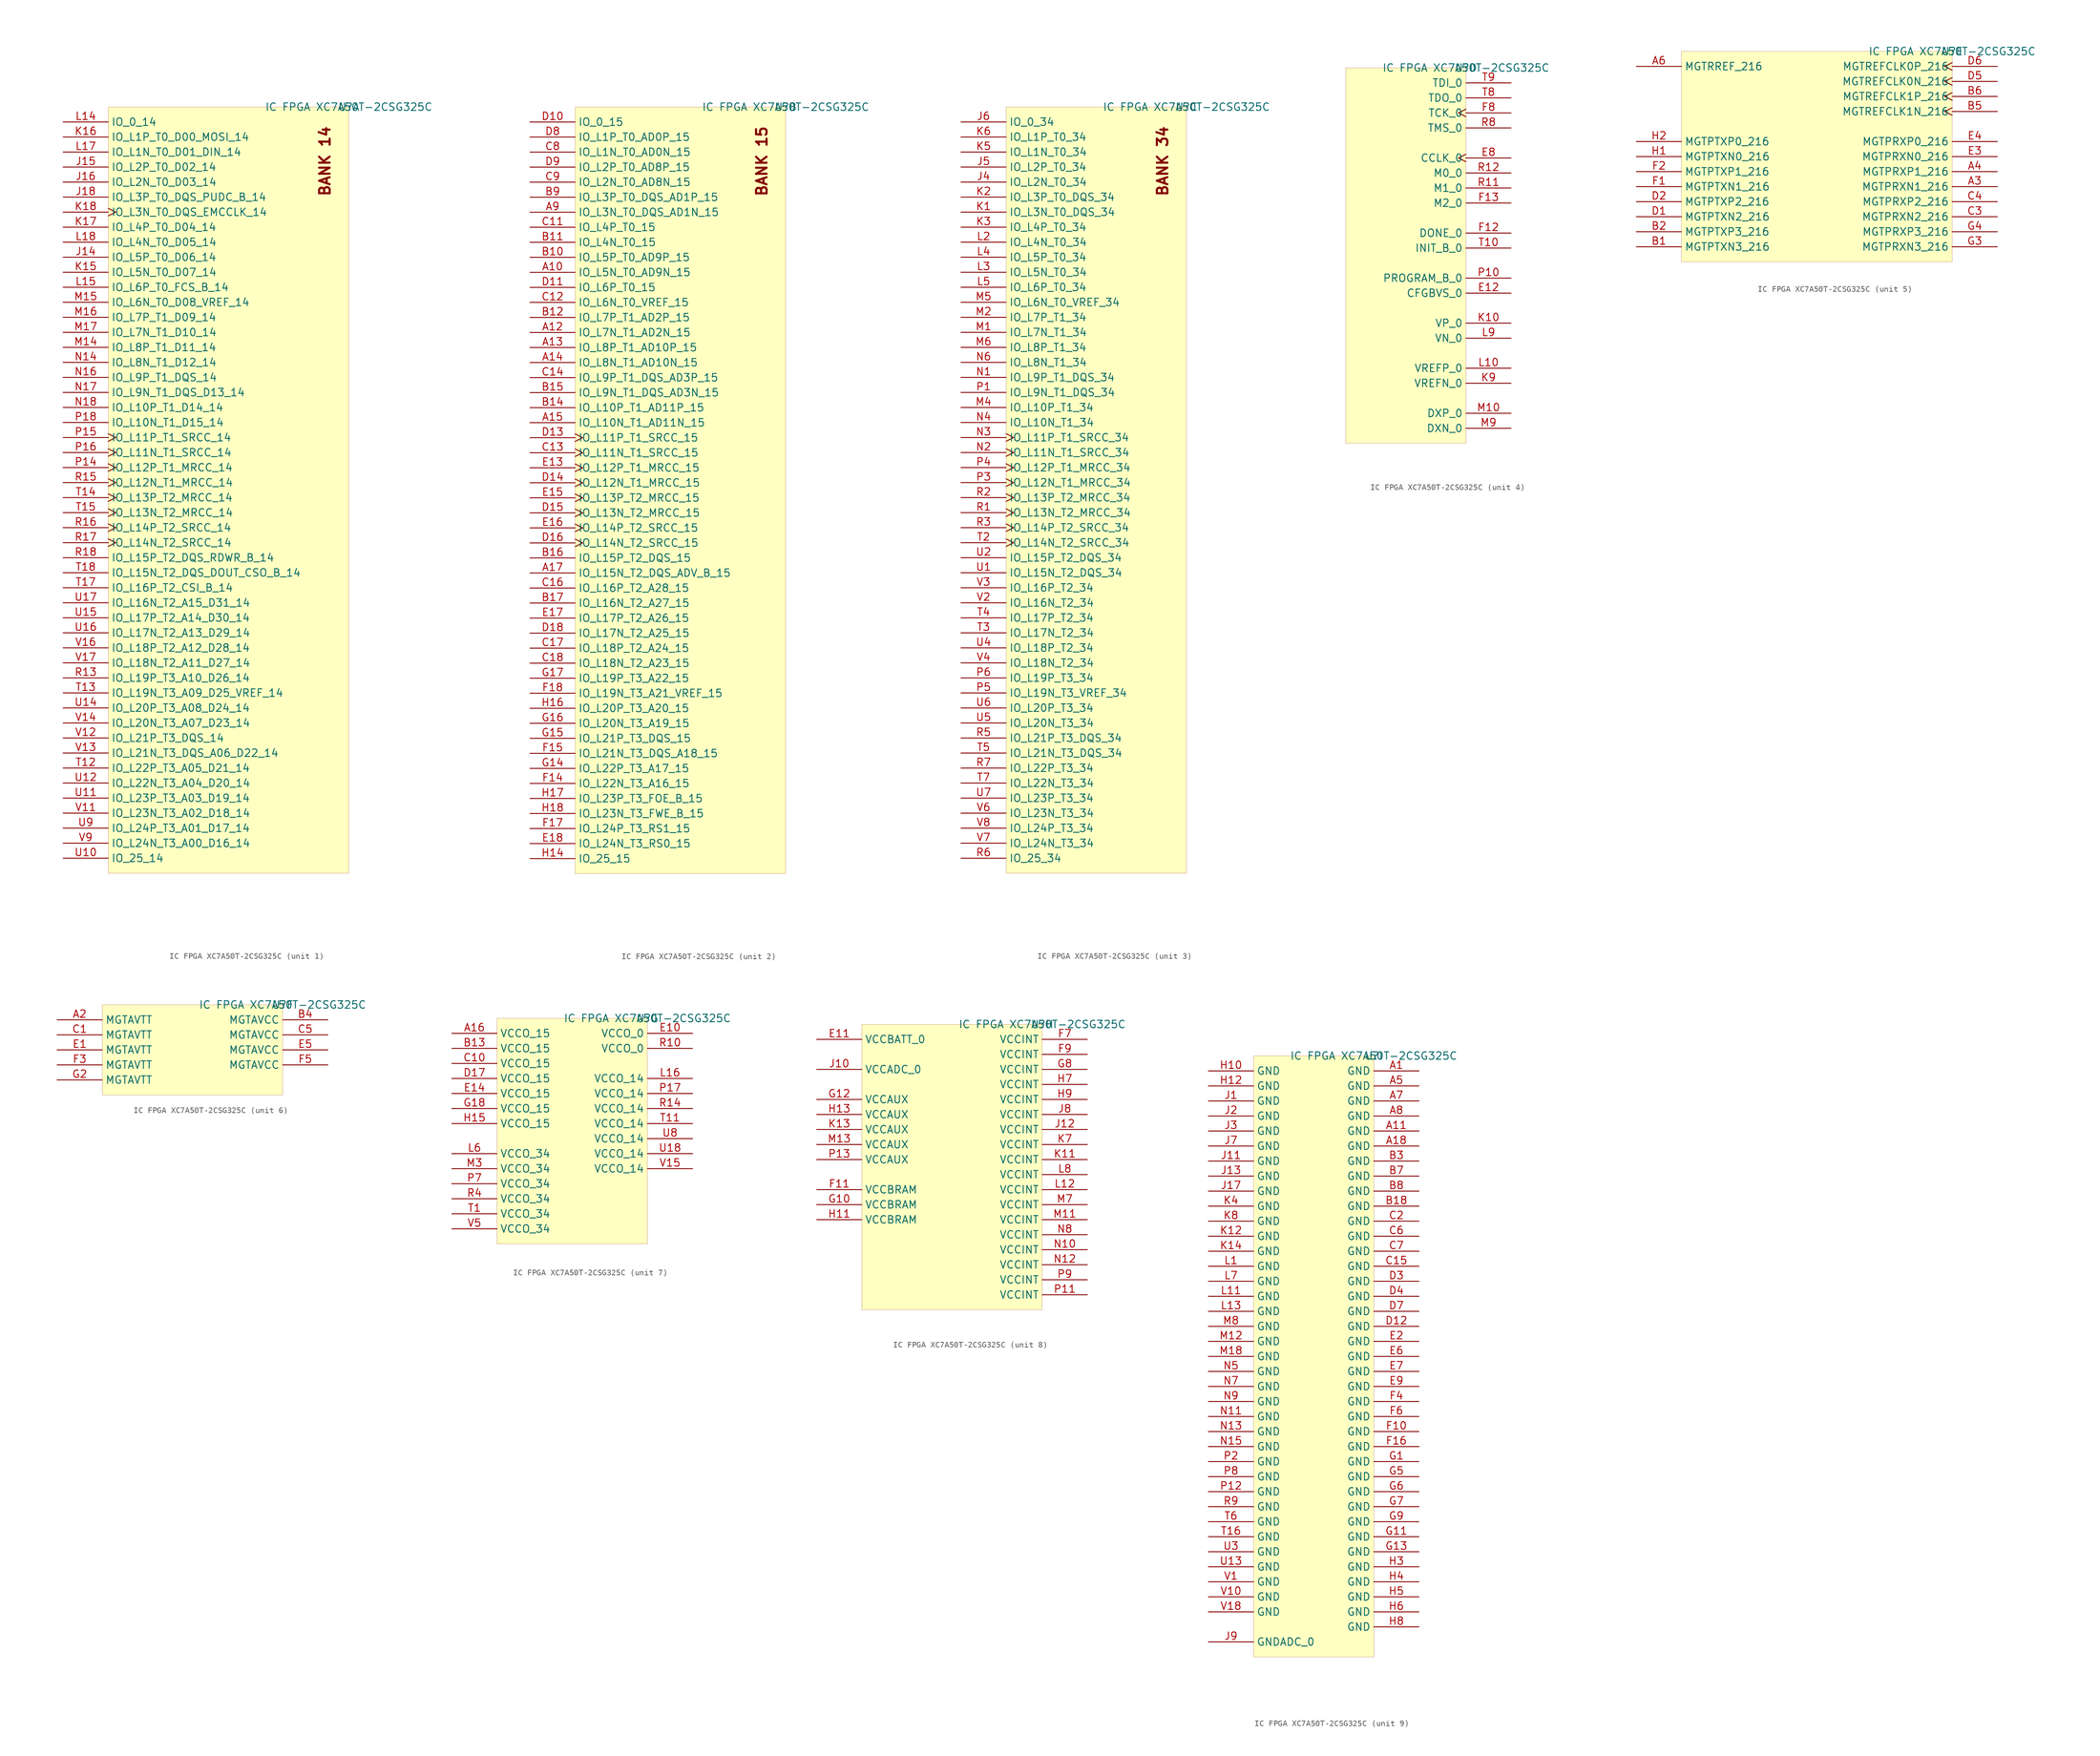
<source format=kicad_sym>
(kicad_symbol_lib
  (version 20241209)
  (generator "kicad_symbol_editor")
  (generator_version "8.99")
  (symbol "IC FPGA XC7A50T-2CSG325C"
    (property "Reference" "U"
      (at 0 0 0)
      (effects (font (size 1.27 1.27))))
    (property "Value" "IC FPGA XC7A50T-2CSG325C"
      (at 0 0 0)
      (effects (font (size 1.27 1.27))))
    (symbol "IC FPGA XC7A50T-2CSG325C_1_0"
      (rectangle (start 0 0) (end -40.64 -129.54) (stroke (width 0.025) (type solid) (color 128 0 0 1)) (fill (type background)))
      (text "BANK 14" (at -5.08 -15.24 900) (effects (font (size 1.778 1.778) (thickness 0.356) (bold yes)) (justify left top)))
      (pin bidirectional line (at -48.26 -2.54 0) (length 7.62) (name "IO_0_14" (effects (font (size 1.27 1.27)))) (number "L14" (effects (font (size 1.27 1.27)))))
      (pin bidirectional line (at -48.26 -5.08 0) (length 7.62) (name "IO_L1P_T0_D00_MOSI_14" (effects (font (size 1.27 1.27)))) (number "K16" (effects (font (size 1.27 1.27)))))
      (pin bidirectional line (at -48.26 -7.62 0) (length 7.62) (name "IO_L1N_T0_D01_DIN_14" (effects (font (size 1.27 1.27)))) (number "L17" (effects (font (size 1.27 1.27)))))
      (pin bidirectional line (at -48.26 -10.16 0) (length 7.62) (name "IO_L2P_T0_D02_14" (effects (font (size 1.27 1.27)))) (number "J15" (effects (font (size 1.27 1.27)))))
      (pin bidirectional line (at -48.26 -12.7 0) (length 7.62) (name "IO_L2N_T0_D03_14" (effects (font (size 1.27 1.27)))) (number "J16" (effects (font (size 1.27 1.27)))))
      (pin bidirectional line (at -48.26 -15.24 0) (length 7.62) (name "IO_L3P_T0_DQS_PUDC_B_14" (effects (font (size 1.27 1.27)))) (number "J18" (effects (font (size 1.27 1.27)))))
      (pin bidirectional clock (at -48.26 -17.78 0) (length 7.62) (name "IO_L3N_T0_DQS_EMCCLK_14" (effects (font (size 1.27 1.27)))) (number "K18" (effects (font (size 1.27 1.27)))))
      (pin bidirectional line (at -48.26 -20.32 0) (length 7.62) (name "IO_L4P_T0_D04_14" (effects (font (size 1.27 1.27)))) (number "K17" (effects (font (size 1.27 1.27)))))
      (pin bidirectional line (at -48.26 -22.86 0) (length 7.62) (name "IO_L4N_T0_D05_14" (effects (font (size 1.27 1.27)))) (number "L18" (effects (font (size 1.27 1.27)))))
      (pin bidirectional line (at -48.26 -25.4 0) (length 7.62) (name "IO_L5P_T0_D06_14" (effects (font (size 1.27 1.27)))) (number "J14" (effects (font (size 1.27 1.27)))))
      (pin bidirectional line (at -48.26 -27.94 0) (length 7.62) (name "IO_L5N_T0_D07_14" (effects (font (size 1.27 1.27)))) (number "K15" (effects (font (size 1.27 1.27)))))
      (pin bidirectional line (at -48.26 -30.48 0) (length 7.62) (name "IO_L6P_T0_FCS_B_14" (effects (font (size 1.27 1.27)))) (number "L15" (effects (font (size 1.27 1.27)))))
      (pin bidirectional line (at -48.26 -33.02 0) (length 7.62) (name "IO_L6N_T0_D08_VREF_14" (effects (font (size 1.27 1.27)))) (number "M15" (effects (font (size 1.27 1.27)))))
      (pin bidirectional line (at -48.26 -35.56 0) (length 7.62) (name "IO_L7P_T1_D09_14" (effects (font (size 1.27 1.27)))) (number "M16" (effects (font (size 1.27 1.27)))))
      (pin bidirectional line (at -48.26 -38.1 0) (length 7.62) (name "IO_L7N_T1_D10_14" (effects (font (size 1.27 1.27)))) (number "M17" (effects (font (size 1.27 1.27)))))
      (pin bidirectional line (at -48.26 -40.64 0) (length 7.62) (name "IO_L8P_T1_D11_14" (effects (font (size 1.27 1.27)))) (number "M14" (effects (font (size 1.27 1.27)))))
      (pin bidirectional line (at -48.26 -43.18 0) (length 7.62) (name "IO_L8N_T1_D12_14" (effects (font (size 1.27 1.27)))) (number "N14" (effects (font (size 1.27 1.27)))))
      (pin bidirectional line (at -48.26 -45.72 0) (length 7.62) (name "IO_L9P_T1_DQS_14" (effects (font (size 1.27 1.27)))) (number "N16" (effects (font (size 1.27 1.27)))))
      (pin bidirectional line (at -48.26 -48.26 0) (length 7.62) (name "IO_L9N_T1_DQS_D13_14" (effects (font (size 1.27 1.27)))) (number "N17" (effects (font (size 1.27 1.27)))))
      (pin bidirectional line (at -48.26 -50.8 0) (length 7.62) (name "IO_L10P_T1_D14_14" (effects (font (size 1.27 1.27)))) (number "N18" (effects (font (size 1.27 1.27)))))
      (pin bidirectional line (at -48.26 -53.34 0) (length 7.62) (name "IO_L10N_T1_D15_14" (effects (font (size 1.27 1.27)))) (number "P18" (effects (font (size 1.27 1.27)))))
      (pin bidirectional clock (at -48.26 -55.88 0) (length 7.62) (name "IO_L11P_T1_SRCC_14" (effects (font (size 1.27 1.27)))) (number "P15" (effects (font (size 1.27 1.27)))))
      (pin bidirectional clock (at -48.26 -58.42 0) (length 7.62) (name "IO_L11N_T1_SRCC_14" (effects (font (size 1.27 1.27)))) (number "P16" (effects (font (size 1.27 1.27)))))
      (pin bidirectional clock (at -48.26 -60.96 0) (length 7.62) (name "IO_L12P_T1_MRCC_14" (effects (font (size 1.27 1.27)))) (number "P14" (effects (font (size 1.27 1.27)))))
      (pin bidirectional clock (at -48.26 -63.5 0) (length 7.62) (name "IO_L12N_T1_MRCC_14" (effects (font (size 1.27 1.27)))) (number "R15" (effects (font (size 1.27 1.27)))))
      (pin bidirectional clock (at -48.26 -66.04 0) (length 7.62) (name "IO_L13P_T2_MRCC_14" (effects (font (size 1.27 1.27)))) (number "T14" (effects (font (size 1.27 1.27)))))
      (pin bidirectional clock (at -48.26 -68.58 0) (length 7.62) (name "IO_L13N_T2_MRCC_14" (effects (font (size 1.27 1.27)))) (number "T15" (effects (font (size 1.27 1.27)))))
      (pin bidirectional clock (at -48.26 -71.12 0) (length 7.62) (name "IO_L14P_T2_SRCC_14" (effects (font (size 1.27 1.27)))) (number "R16" (effects (font (size 1.27 1.27)))))
      (pin bidirectional clock (at -48.26 -73.66 0) (length 7.62) (name "IO_L14N_T2_SRCC_14" (effects (font (size 1.27 1.27)))) (number "R17" (effects (font (size 1.27 1.27)))))
      (pin bidirectional line (at -48.26 -76.2 0) (length 7.62) (name "IO_L15P_T2_DQS_RDWR_B_14" (effects (font (size 1.27 1.27)))) (number "R18" (effects (font (size 1.27 1.27)))))
      (pin bidirectional line (at -48.26 -78.74 0) (length 7.62) (name "IO_L15N_T2_DQS_DOUT_CSO_B_14" (effects (font (size 1.27 1.27)))) (number "T18" (effects (font (size 1.27 1.27)))))
      (pin bidirectional line (at -48.26 -81.28 0) (length 7.62) (name "IO_L16P_T2_CSI_B_14" (effects (font (size 1.27 1.27)))) (number "T17" (effects (font (size 1.27 1.27)))))
      (pin bidirectional line (at -48.26 -83.82 0) (length 7.62) (name "IO_L16N_T2_A15_D31_14" (effects (font (size 1.27 1.27)))) (number "U17" (effects (font (size 1.27 1.27)))))
      (pin bidirectional line (at -48.26 -86.36 0) (length 7.62) (name "IO_L17P_T2_A14_D30_14" (effects (font (size 1.27 1.27)))) (number "U15" (effects (font (size 1.27 1.27)))))
      (pin bidirectional line (at -48.26 -88.9 0) (length 7.62) (name "IO_L17N_T2_A13_D29_14" (effects (font (size 1.27 1.27)))) (number "U16" (effects (font (size 1.27 1.27)))))
      (pin bidirectional line (at -48.26 -91.44 0) (length 7.62) (name "IO_L18P_T2_A12_D28_14" (effects (font (size 1.27 1.27)))) (number "V16" (effects (font (size 1.27 1.27)))))
      (pin bidirectional line (at -48.26 -93.98 0) (length 7.62) (name "IO_L18N_T2_A11_D27_14" (effects (font (size 1.27 1.27)))) (number "V17" (effects (font (size 1.27 1.27)))))
      (pin bidirectional line (at -48.26 -96.52 0) (length 7.62) (name "IO_L19P_T3_A10_D26_14" (effects (font (size 1.27 1.27)))) (number "R13" (effects (font (size 1.27 1.27)))))
      (pin bidirectional line (at -48.26 -99.06 0) (length 7.62) (name "IO_L19N_T3_A09_D25_VREF_14" (effects (font (size 1.27 1.27)))) (number "T13" (effects (font (size 1.27 1.27)))))
      (pin bidirectional line (at -48.26 -101.6 0) (length 7.62) (name "IO_L20P_T3_A08_D24_14" (effects (font (size 1.27 1.27)))) (number "U14" (effects (font (size 1.27 1.27)))))
      (pin bidirectional line (at -48.26 -104.14 0) (length 7.62) (name "IO_L20N_T3_A07_D23_14" (effects (font (size 1.27 1.27)))) (number "V14" (effects (font (size 1.27 1.27)))))
      (pin bidirectional line (at -48.26 -106.68 0) (length 7.62) (name "IO_L21P_T3_DQS_14" (effects (font (size 1.27 1.27)))) (number "V12" (effects (font (size 1.27 1.27)))))
      (pin bidirectional line (at -48.26 -109.22 0) (length 7.62) (name "IO_L21N_T3_DQS_A06_D22_14" (effects (font (size 1.27 1.27)))) (number "V13" (effects (font (size 1.27 1.27)))))
      (pin bidirectional line (at -48.26 -111.76 0) (length 7.62) (name "IO_L22P_T3_A05_D21_14" (effects (font (size 1.27 1.27)))) (number "T12" (effects (font (size 1.27 1.27)))))
      (pin bidirectional line (at -48.26 -114.3 0) (length 7.62) (name "IO_L22N_T3_A04_D20_14" (effects (font (size 1.27 1.27)))) (number "U12" (effects (font (size 1.27 1.27)))))
      (pin bidirectional line (at -48.26 -116.84 0) (length 7.62) (name "IO_L23P_T3_A03_D19_14" (effects (font (size 1.27 1.27)))) (number "U11" (effects (font (size 1.27 1.27)))))
      (pin bidirectional line (at -48.26 -119.38 0) (length 7.62) (name "IO_L23N_T3_A02_D18_14" (effects (font (size 1.27 1.27)))) (number "V11" (effects (font (size 1.27 1.27)))))
      (pin bidirectional line (at -48.26 -121.92 0) (length 7.62) (name "IO_L24P_T3_A01_D17_14" (effects (font (size 1.27 1.27)))) (number "U9" (effects (font (size 1.27 1.27)))))
      (pin bidirectional line (at -48.26 -124.46 0) (length 7.62) (name "IO_L24N_T3_A00_D16_14" (effects (font (size 1.27 1.27)))) (number "V9" (effects (font (size 1.27 1.27)))))
      (pin bidirectional line (at -48.26 -127 0) (length 7.62) (name "IO_25_14" (effects (font (size 1.27 1.27)))) (number "U10" (effects (font (size 1.27 1.27))))))
    (symbol "IC FPGA XC7A50T-2CSG325C_2_0"
      (rectangle (start 0 0) (end -35.56 -129.54) (stroke (width 0.025) (type solid) (color 128 0 0 1)) (fill (type background)))
      (text "BANK 15" (at -5.08 -15.24 900) (effects (font (size 1.778 1.778) (thickness 0.356) (bold yes)) (justify left top)))
      (pin bidirectional line (at -43.18 -2.54 0) (length 7.62) (name "IO_0_15" (effects (font (size 1.27 1.27)))) (number "D10" (effects (font (size 1.27 1.27)))))
      (pin bidirectional line (at -43.18 -5.08 0) (length 7.62) (name "IO_L1P_T0_AD0P_15" (effects (font (size 1.27 1.27)))) (number "D8" (effects (font (size 1.27 1.27)))))
      (pin bidirectional line (at -43.18 -7.62 0) (length 7.62) (name "IO_L1N_T0_AD0N_15" (effects (font (size 1.27 1.27)))) (number "C8" (effects (font (size 1.27 1.27)))))
      (pin bidirectional line (at -43.18 -10.16 0) (length 7.62) (name "IO_L2P_T0_AD8P_15" (effects (font (size 1.27 1.27)))) (number "D9" (effects (font (size 1.27 1.27)))))
      (pin bidirectional line (at -43.18 -12.7 0) (length 7.62) (name "IO_L2N_T0_AD8N_15" (effects (font (size 1.27 1.27)))) (number "C9" (effects (font (size 1.27 1.27)))))
      (pin bidirectional line (at -43.18 -15.24 0) (length 7.62) (name "IO_L3P_T0_DQS_AD1P_15" (effects (font (size 1.27 1.27)))) (number "B9" (effects (font (size 1.27 1.27)))))
      (pin bidirectional line (at -43.18 -17.78 0) (length 7.62) (name "IO_L3N_T0_DQS_AD1N_15" (effects (font (size 1.27 1.27)))) (number "A9" (effects (font (size 1.27 1.27)))))
      (pin bidirectional line (at -43.18 -20.32 0) (length 7.62) (name "IO_L4P_T0_15" (effects (font (size 1.27 1.27)))) (number "C11" (effects (font (size 1.27 1.27)))))
      (pin bidirectional line (at -43.18 -22.86 0) (length 7.62) (name "IO_L4N_T0_15" (effects (font (size 1.27 1.27)))) (number "B11" (effects (font (size 1.27 1.27)))))
      (pin bidirectional line (at -43.18 -25.4 0) (length 7.62) (name "IO_L5P_T0_AD9P_15" (effects (font (size 1.27 1.27)))) (number "B10" (effects (font (size 1.27 1.27)))))
      (pin bidirectional line (at -43.18 -27.94 0) (length 7.62) (name "IO_L5N_T0_AD9N_15" (effects (font (size 1.27 1.27)))) (number "A10" (effects (font (size 1.27 1.27)))))
      (pin bidirectional line (at -43.18 -30.48 0) (length 7.62) (name "IO_L6P_T0_15" (effects (font (size 1.27 1.27)))) (number "D11" (effects (font (size 1.27 1.27)))))
      (pin bidirectional line (at -43.18 -33.02 0) (length 7.62) (name "IO_L6N_T0_VREF_15" (effects (font (size 1.27 1.27)))) (number "C12" (effects (font (size 1.27 1.27)))))
      (pin bidirectional line (at -43.18 -35.56 0) (length 7.62) (name "IO_L7P_T1_AD2P_15" (effects (font (size 1.27 1.27)))) (number "B12" (effects (font (size 1.27 1.27)))))
      (pin bidirectional line (at -43.18 -38.1 0) (length 7.62) (name "IO_L7N_T1_AD2N_15" (effects (font (size 1.27 1.27)))) (number "A12" (effects (font (size 1.27 1.27)))))
      (pin bidirectional line (at -43.18 -40.64 0) (length 7.62) (name "IO_L8P_T1_AD10P_15" (effects (font (size 1.27 1.27)))) (number "A13" (effects (font (size 1.27 1.27)))))
      (pin bidirectional line (at -43.18 -43.18 0) (length 7.62) (name "IO_L8N_T1_AD10N_15" (effects (font (size 1.27 1.27)))) (number "A14" (effects (font (size 1.27 1.27)))))
      (pin bidirectional line (at -43.18 -45.72 0) (length 7.62) (name "IO_L9P_T1_DQS_AD3P_15" (effects (font (size 1.27 1.27)))) (number "C14" (effects (font (size 1.27 1.27)))))
      (pin bidirectional line (at -43.18 -48.26 0) (length 7.62) (name "IO_L9N_T1_DQS_AD3N_15" (effects (font (size 1.27 1.27)))) (number "B15" (effects (font (size 1.27 1.27)))))
      (pin bidirectional line (at -43.18 -50.8 0) (length 7.62) (name "IO_L10P_T1_AD11P_15" (effects (font (size 1.27 1.27)))) (number "B14" (effects (font (size 1.27 1.27)))))
      (pin bidirectional line (at -43.18 -53.34 0) (length 7.62) (name "IO_L10N_T1_AD11N_15" (effects (font (size 1.27 1.27)))) (number "A15" (effects (font (size 1.27 1.27)))))
      (pin bidirectional clock (at -43.18 -55.88 0) (length 7.62) (name "IO_L11P_T1_SRCC_15" (effects (font (size 1.27 1.27)))) (number "D13" (effects (font (size 1.27 1.27)))))
      (pin bidirectional clock (at -43.18 -58.42 0) (length 7.62) (name "IO_L11N_T1_SRCC_15" (effects (font (size 1.27 1.27)))) (number "C13" (effects (font (size 1.27 1.27)))))
      (pin bidirectional clock (at -43.18 -60.96 0) (length 7.62) (name "IO_L12P_T1_MRCC_15" (effects (font (size 1.27 1.27)))) (number "E13" (effects (font (size 1.27 1.27)))))
      (pin bidirectional clock (at -43.18 -63.5 0) (length 7.62) (name "IO_L12N_T1_MRCC_15" (effects (font (size 1.27 1.27)))) (number "D14" (effects (font (size 1.27 1.27)))))
      (pin bidirectional clock (at -43.18 -66.04 0) (length 7.62) (name "IO_L13P_T2_MRCC_15" (effects (font (size 1.27 1.27)))) (number "E15" (effects (font (size 1.27 1.27)))))
      (pin bidirectional clock (at -43.18 -68.58 0) (length 7.62) (name "IO_L13N_T2_MRCC_15" (effects (font (size 1.27 1.27)))) (number "D15" (effects (font (size 1.27 1.27)))))
      (pin bidirectional clock (at -43.18 -71.12 0) (length 7.62) (name "IO_L14P_T2_SRCC_15" (effects (font (size 1.27 1.27)))) (number "E16" (effects (font (size 1.27 1.27)))))
      (pin bidirectional clock (at -43.18 -73.66 0) (length 7.62) (name "IO_L14N_T2_SRCC_15" (effects (font (size 1.27 1.27)))) (number "D16" (effects (font (size 1.27 1.27)))))
      (pin bidirectional line (at -43.18 -76.2 0) (length 7.62) (name "IO_L15P_T2_DQS_15" (effects (font (size 1.27 1.27)))) (number "B16" (effects (font (size 1.27 1.27)))))
      (pin bidirectional line (at -43.18 -78.74 0) (length 7.62) (name "IO_L15N_T2_DQS_ADV_B_15" (effects (font (size 1.27 1.27)))) (number "A17" (effects (font (size 1.27 1.27)))))
      (pin bidirectional line (at -43.18 -81.28 0) (length 7.62) (name "IO_L16P_T2_A28_15" (effects (font (size 1.27 1.27)))) (number "C16" (effects (font (size 1.27 1.27)))))
      (pin bidirectional line (at -43.18 -83.82 0) (length 7.62) (name "IO_L16N_T2_A27_15" (effects (font (size 1.27 1.27)))) (number "B17" (effects (font (size 1.27 1.27)))))
      (pin bidirectional line (at -43.18 -86.36 0) (length 7.62) (name "IO_L17P_T2_A26_15" (effects (font (size 1.27 1.27)))) (number "E17" (effects (font (size 1.27 1.27)))))
      (pin bidirectional line (at -43.18 -88.9 0) (length 7.62) (name "IO_L17N_T2_A25_15" (effects (font (size 1.27 1.27)))) (number "D18" (effects (font (size 1.27 1.27)))))
      (pin bidirectional line (at -43.18 -91.44 0) (length 7.62) (name "IO_L18P_T2_A24_15" (effects (font (size 1.27 1.27)))) (number "C17" (effects (font (size 1.27 1.27)))))
      (pin bidirectional line (at -43.18 -93.98 0) (length 7.62) (name "IO_L18N_T2_A23_15" (effects (font (size 1.27 1.27)))) (number "C18" (effects (font (size 1.27 1.27)))))
      (pin bidirectional line (at -43.18 -96.52 0) (length 7.62) (name "IO_L19P_T3_A22_15" (effects (font (size 1.27 1.27)))) (number "G17" (effects (font (size 1.27 1.27)))))
      (pin bidirectional line (at -43.18 -99.06 0) (length 7.62) (name "IO_L19N_T3_A21_VREF_15" (effects (font (size 1.27 1.27)))) (number "F18" (effects (font (size 1.27 1.27)))))
      (pin bidirectional line (at -43.18 -101.6 0) (length 7.62) (name "IO_L20P_T3_A20_15" (effects (font (size 1.27 1.27)))) (number "H16" (effects (font (size 1.27 1.27)))))
      (pin bidirectional line (at -43.18 -104.14 0) (length 7.62) (name "IO_L20N_T3_A19_15" (effects (font (size 1.27 1.27)))) (number "G16" (effects (font (size 1.27 1.27)))))
      (pin bidirectional line (at -43.18 -106.68 0) (length 7.62) (name "IO_L21P_T3_DQS_15" (effects (font (size 1.27 1.27)))) (number "G15" (effects (font (size 1.27 1.27)))))
      (pin bidirectional line (at -43.18 -109.22 0) (length 7.62) (name "IO_L21N_T3_DQS_A18_15" (effects (font (size 1.27 1.27)))) (number "F15" (effects (font (size 1.27 1.27)))))
      (pin bidirectional line (at -43.18 -111.76 0) (length 7.62) (name "IO_L22P_T3_A17_15" (effects (font (size 1.27 1.27)))) (number "G14" (effects (font (size 1.27 1.27)))))
      (pin bidirectional line (at -43.18 -114.3 0) (length 7.62) (name "IO_L22N_T3_A16_15" (effects (font (size 1.27 1.27)))) (number "F14" (effects (font (size 1.27 1.27)))))
      (pin bidirectional line (at -43.18 -116.84 0) (length 7.62) (name "IO_L23P_T3_FOE_B_15" (effects (font (size 1.27 1.27)))) (number "H17" (effects (font (size 1.27 1.27)))))
      (pin bidirectional line (at -43.18 -119.38 0) (length 7.62) (name "IO_L23N_T3_FWE_B_15" (effects (font (size 1.27 1.27)))) (number "H18" (effects (font (size 1.27 1.27)))))
      (pin bidirectional line (at -43.18 -121.92 0) (length 7.62) (name "IO_L24P_T3_RS1_15" (effects (font (size 1.27 1.27)))) (number "F17" (effects (font (size 1.27 1.27)))))
      (pin bidirectional line (at -43.18 -124.46 0) (length 7.62) (name "IO_L24N_T3_RS0_15" (effects (font (size 1.27 1.27)))) (number "E18" (effects (font (size 1.27 1.27)))))
      (pin bidirectional line (at -43.18 -127 0) (length 7.62) (name "IO_25_15" (effects (font (size 1.27 1.27)))) (number "H14" (effects (font (size 1.27 1.27))))))
    (symbol "IC FPGA XC7A50T-2CSG325C_3_0"
      (rectangle (start 0 0) (end -30.48 -129.54) (stroke (width 0.025) (type solid) (color 128 0 0 1)) (fill (type background)))
      (text "BANK 34" (at -5.08 -15.24 900) (effects (font (size 1.778 1.778) (thickness 0.356) (bold yes)) (justify left top)))
      (pin bidirectional line (at -38.1 -2.54 0) (length 7.62) (name "IO_0_34" (effects (font (size 1.27 1.27)))) (number "J6" (effects (font (size 1.27 1.27)))))
      (pin bidirectional line (at -38.1 -5.08 0) (length 7.62) (name "IO_L1P_T0_34" (effects (font (size 1.27 1.27)))) (number "K6" (effects (font (size 1.27 1.27)))))
      (pin bidirectional line (at -38.1 -7.62 0) (length 7.62) (name "IO_L1N_T0_34" (effects (font (size 1.27 1.27)))) (number "K5" (effects (font (size 1.27 1.27)))))
      (pin bidirectional line (at -38.1 -10.16 0) (length 7.62) (name "IO_L2P_T0_34" (effects (font (size 1.27 1.27)))) (number "J5" (effects (font (size 1.27 1.27)))))
      (pin bidirectional line (at -38.1 -12.7 0) (length 7.62) (name "IO_L2N_T0_34" (effects (font (size 1.27 1.27)))) (number "J4" (effects (font (size 1.27 1.27)))))
      (pin bidirectional line (at -38.1 -15.24 0) (length 7.62) (name "IO_L3P_T0_DQS_34" (effects (font (size 1.27 1.27)))) (number "K2" (effects (font (size 1.27 1.27)))))
      (pin bidirectional line (at -38.1 -17.78 0) (length 7.62) (name "IO_L3N_T0_DQS_34" (effects (font (size 1.27 1.27)))) (number "K1" (effects (font (size 1.27 1.27)))))
      (pin bidirectional line (at -38.1 -20.32 0) (length 7.62) (name "IO_L4P_T0_34" (effects (font (size 1.27 1.27)))) (number "K3" (effects (font (size 1.27 1.27)))))
      (pin bidirectional line (at -38.1 -22.86 0) (length 7.62) (name "IO_L4N_T0_34" (effects (font (size 1.27 1.27)))) (number "L2" (effects (font (size 1.27 1.27)))))
      (pin bidirectional line (at -38.1 -25.4 0) (length 7.62) (name "IO_L5P_T0_34" (effects (font (size 1.27 1.27)))) (number "L4" (effects (font (size 1.27 1.27)))))
      (pin bidirectional line (at -38.1 -27.94 0) (length 7.62) (name "IO_L5N_T0_34" (effects (font (size 1.27 1.27)))) (number "L3" (effects (font (size 1.27 1.27)))))
      (pin bidirectional line (at -38.1 -30.48 0) (length 7.62) (name "IO_L6P_T0_34" (effects (font (size 1.27 1.27)))) (number "L5" (effects (font (size 1.27 1.27)))))
      (pin bidirectional line (at -38.1 -33.02 0) (length 7.62) (name "IO_L6N_T0_VREF_34" (effects (font (size 1.27 1.27)))) (number "M5" (effects (font (size 1.27 1.27)))))
      (pin bidirectional line (at -38.1 -35.56 0) (length 7.62) (name "IO_L7P_T1_34" (effects (font (size 1.27 1.27)))) (number "M2" (effects (font (size 1.27 1.27)))))
      (pin bidirectional line (at -38.1 -38.1 0) (length 7.62) (name "IO_L7N_T1_34" (effects (font (size 1.27 1.27)))) (number "M1" (effects (font (size 1.27 1.27)))))
      (pin bidirectional line (at -38.1 -40.64 0) (length 7.62) (name "IO_L8P_T1_34" (effects (font (size 1.27 1.27)))) (number "M6" (effects (font (size 1.27 1.27)))))
      (pin bidirectional line (at -38.1 -43.18 0) (length 7.62) (name "IO_L8N_T1_34" (effects (font (size 1.27 1.27)))) (number "N6" (effects (font (size 1.27 1.27)))))
      (pin bidirectional line (at -38.1 -45.72 0) (length 7.62) (name "IO_L9P_T1_DQS_34" (effects (font (size 1.27 1.27)))) (number "N1" (effects (font (size 1.27 1.27)))))
      (pin bidirectional line (at -38.1 -48.26 0) (length 7.62) (name "IO_L9N_T1_DQS_34" (effects (font (size 1.27 1.27)))) (number "P1" (effects (font (size 1.27 1.27)))))
      (pin bidirectional line (at -38.1 -50.8 0) (length 7.62) (name "IO_L10P_T1_34" (effects (font (size 1.27 1.27)))) (number "M4" (effects (font (size 1.27 1.27)))))
      (pin bidirectional line (at -38.1 -53.34 0) (length 7.62) (name "IO_L10N_T1_34" (effects (font (size 1.27 1.27)))) (number "N4" (effects (font (size 1.27 1.27)))))
      (pin bidirectional clock (at -38.1 -55.88 0) (length 7.62) (name "IO_L11P_T1_SRCC_34" (effects (font (size 1.27 1.27)))) (number "N3" (effects (font (size 1.27 1.27)))))
      (pin bidirectional clock (at -38.1 -58.42 0) (length 7.62) (name "IO_L11N_T1_SRCC_34" (effects (font (size 1.27 1.27)))) (number "N2" (effects (font (size 1.27 1.27)))))
      (pin bidirectional clock (at -38.1 -60.96 0) (length 7.62) (name "IO_L12P_T1_MRCC_34" (effects (font (size 1.27 1.27)))) (number "P4" (effects (font (size 1.27 1.27)))))
      (pin bidirectional clock (at -38.1 -63.5 0) (length 7.62) (name "IO_L12N_T1_MRCC_34" (effects (font (size 1.27 1.27)))) (number "P3" (effects (font (size 1.27 1.27)))))
      (pin bidirectional clock (at -38.1 -66.04 0) (length 7.62) (name "IO_L13P_T2_MRCC_34" (effects (font (size 1.27 1.27)))) (number "R2" (effects (font (size 1.27 1.27)))))
      (pin bidirectional clock (at -38.1 -68.58 0) (length 7.62) (name "IO_L13N_T2_MRCC_34" (effects (font (size 1.27 1.27)))) (number "R1" (effects (font (size 1.27 1.27)))))
      (pin bidirectional clock (at -38.1 -71.12 0) (length 7.62) (name "IO_L14P_T2_SRCC_34" (effects (font (size 1.27 1.27)))) (number "R3" (effects (font (size 1.27 1.27)))))
      (pin bidirectional clock (at -38.1 -73.66 0) (length 7.62) (name "IO_L14N_T2_SRCC_34" (effects (font (size 1.27 1.27)))) (number "T2" (effects (font (size 1.27 1.27)))))
      (pin bidirectional line (at -38.1 -76.2 0) (length 7.62) (name "IO_L15P_T2_DQS_34" (effects (font (size 1.27 1.27)))) (number "U2" (effects (font (size 1.27 1.27)))))
      (pin bidirectional line (at -38.1 -78.74 0) (length 7.62) (name "IO_L15N_T2_DQS_34" (effects (font (size 1.27 1.27)))) (number "U1" (effects (font (size 1.27 1.27)))))
      (pin bidirectional line (at -38.1 -81.28 0) (length 7.62) (name "IO_L16P_T2_34" (effects (font (size 1.27 1.27)))) (number "V3" (effects (font (size 1.27 1.27)))))
      (pin bidirectional line (at -38.1 -83.82 0) (length 7.62) (name "IO_L16N_T2_34" (effects (font (size 1.27 1.27)))) (number "V2" (effects (font (size 1.27 1.27)))))
      (pin bidirectional line (at -38.1 -86.36 0) (length 7.62) (name "IO_L17P_T2_34" (effects (font (size 1.27 1.27)))) (number "T4" (effects (font (size 1.27 1.27)))))
      (pin bidirectional line (at -38.1 -88.9 0) (length 7.62) (name "IO_L17N_T2_34" (effects (font (size 1.27 1.27)))) (number "T3" (effects (font (size 1.27 1.27)))))
      (pin bidirectional line (at -38.1 -91.44 0) (length 7.62) (name "IO_L18P_T2_34" (effects (font (size 1.27 1.27)))) (number "U4" (effects (font (size 1.27 1.27)))))
      (pin bidirectional line (at -38.1 -93.98 0) (length 7.62) (name "IO_L18N_T2_34" (effects (font (size 1.27 1.27)))) (number "V4" (effects (font (size 1.27 1.27)))))
      (pin bidirectional line (at -38.1 -96.52 0) (length 7.62) (name "IO_L19P_T3_34" (effects (font (size 1.27 1.27)))) (number "P6" (effects (font (size 1.27 1.27)))))
      (pin bidirectional line (at -38.1 -99.06 0) (length 7.62) (name "IO_L19N_T3_VREF_34" (effects (font (size 1.27 1.27)))) (number "P5" (effects (font (size 1.27 1.27)))))
      (pin bidirectional line (at -38.1 -101.6 0) (length 7.62) (name "IO_L20P_T3_34" (effects (font (size 1.27 1.27)))) (number "U6" (effects (font (size 1.27 1.27)))))
      (pin bidirectional line (at -38.1 -104.14 0) (length 7.62) (name "IO_L20N_T3_34" (effects (font (size 1.27 1.27)))) (number "U5" (effects (font (size 1.27 1.27)))))
      (pin bidirectional line (at -38.1 -106.68 0) (length 7.62) (name "IO_L21P_T3_DQS_34" (effects (font (size 1.27 1.27)))) (number "R5" (effects (font (size 1.27 1.27)))))
      (pin bidirectional line (at -38.1 -109.22 0) (length 7.62) (name "IO_L21N_T3_DQS_34" (effects (font (size 1.27 1.27)))) (number "T5" (effects (font (size 1.27 1.27)))))
      (pin bidirectional line (at -38.1 -111.76 0) (length 7.62) (name "IO_L22P_T3_34" (effects (font (size 1.27 1.27)))) (number "R7" (effects (font (size 1.27 1.27)))))
      (pin bidirectional line (at -38.1 -114.3 0) (length 7.62) (name "IO_L22N_T3_34" (effects (font (size 1.27 1.27)))) (number "T7" (effects (font (size 1.27 1.27)))))
      (pin bidirectional line (at -38.1 -116.84 0) (length 7.62) (name "IO_L23P_T3_34" (effects (font (size 1.27 1.27)))) (number "U7" (effects (font (size 1.27 1.27)))))
      (pin bidirectional line (at -38.1 -119.38 0) (length 7.62) (name "IO_L23N_T3_34" (effects (font (size 1.27 1.27)))) (number "V6" (effects (font (size 1.27 1.27)))))
      (pin bidirectional line (at -38.1 -121.92 0) (length 7.62) (name "IO_L24P_T3_34" (effects (font (size 1.27 1.27)))) (number "V8" (effects (font (size 1.27 1.27)))))
      (pin bidirectional line (at -38.1 -124.46 0) (length 7.62) (name "IO_L24N_T3_34" (effects (font (size 1.27 1.27)))) (number "V7" (effects (font (size 1.27 1.27)))))
      (pin bidirectional line (at -38.1 -127 0) (length 7.62) (name "IO_25_34" (effects (font (size 1.27 1.27)))) (number "R6" (effects (font (size 1.27 1.27))))))
    (symbol "IC FPGA XC7A50T-2CSG325C_4_0"
      (rectangle (start 0 0) (end -20.32 -63.5) (stroke (width 0.025) (type solid) (color 128 0 0 1)) (fill (type background)))
      (pin input line (at 7.62 -2.54 180) (length 7.62) (name "TDI_0" (effects (font (size 1.27 1.27)))) (number "T9" (effects (font (size 1.27 1.27)))))
      (pin output line (at 7.62 -5.08 180) (length 7.62) (name "TDO_0" (effects (font (size 1.27 1.27)))) (number "T8" (effects (font (size 1.27 1.27)))))
      (pin input clock (at 7.62 -7.62 180) (length 7.62) (name "TCK_0" (effects (font (size 1.27 1.27)))) (number "F8" (effects (font (size 1.27 1.27)))))
      (pin input line (at 7.62 -10.16 180) (length 7.62) (name "TMS_0" (effects (font (size 1.27 1.27)))) (number "R8" (effects (font (size 1.27 1.27)))))
      (pin bidirectional clock (at 7.62 -15.24 180) (length 7.62) (name "CCLK_0" (effects (font (size 1.27 1.27)))) (number "E8" (effects (font (size 1.27 1.27)))))
      (pin input line (at 7.62 -17.78 180) (length 7.62) (name "M0_0" (effects (font (size 1.27 1.27)))) (number "R12" (effects (font (size 1.27 1.27)))))
      (pin input line (at 7.62 -20.32 180) (length 7.62) (name "M1_0" (effects (font (size 1.27 1.27)))) (number "R11" (effects (font (size 1.27 1.27)))))
      (pin input line (at 7.62 -22.86 180) (length 7.62) (name "M2_0" (effects (font (size 1.27 1.27)))) (number "F13" (effects (font (size 1.27 1.27)))))
      (pin open_collector line (at 7.62 -27.94 180) (length 7.62) (name "DONE_0" (effects (font (size 1.27 1.27)))) (number "F12" (effects (font (size 1.27 1.27)))))
      (pin bidirectional line (at 7.62 -30.48 180) (length 7.62) (name "INIT_B_0" (effects (font (size 1.27 1.27)))) (number "T10" (effects (font (size 1.27 1.27)))))
      (pin input line (at 7.62 -35.56 180) (length 7.62) (name "PROGRAM_B_0" (effects (font (size 1.27 1.27)))) (number "P10" (effects (font (size 1.27 1.27)))))
      (pin input line (at 7.62 -38.1 180) (length 7.62) (name "CFGBVS_0" (effects (font (size 1.27 1.27)))) (number "E12" (effects (font (size 1.27 1.27)))))
      (pin input line (at 7.62 -43.18 180) (length 7.62) (name "VP_0" (effects (font (size 1.27 1.27)))) (number "K10" (effects (font (size 1.27 1.27)))))
      (pin input line (at 7.62 -45.72 180) (length 7.62) (name "VN_0" (effects (font (size 1.27 1.27)))) (number "L9" (effects (font (size 1.27 1.27)))))
      (pin input line (at 7.62 -50.8 180) (length 7.62) (name "VREFP_0" (effects (font (size 1.27 1.27)))) (number "L10" (effects (font (size 1.27 1.27)))))
      (pin input line (at 7.62 -53.34 180) (length 7.62) (name "VREFN_0" (effects (font (size 1.27 1.27)))) (number "K9" (effects (font (size 1.27 1.27)))))
      (pin input line (at 7.62 -58.42 180) (length 7.62) (name "DXP_0" (effects (font (size 1.27 1.27)))) (number "M10" (effects (font (size 1.27 1.27)))))
      (pin input line (at 7.62 -60.96 180) (length 7.62) (name "DXN_0" (effects (font (size 1.27 1.27)))) (number "M9" (effects (font (size 1.27 1.27))))))
    (symbol "IC FPGA XC7A50T-2CSG325C_5_0"
      (rectangle (start 0 0) (end -45.72 -35.56) (stroke (width 0.025) (type solid) (color 128 0 0 1)) (fill (type background)))
      (pin input line (at -53.34 -2.54 0) (length 7.62) (name "MGTRREF_216" (effects (font (size 1.27 1.27)))) (number "A6" (effects (font (size 1.27 1.27)))))
      (pin output line (at -53.34 -15.24 0) (length 7.62) (name "MGTPTXP0_216" (effects (font (size 1.27 1.27)))) (number "H2" (effects (font (size 1.27 1.27)))))
      (pin output line (at -53.34 -17.78 0) (length 7.62) (name "MGTPTXN0_216" (effects (font (size 1.27 1.27)))) (number "H1" (effects (font (size 1.27 1.27)))))
      (pin output line (at -53.34 -20.32 0) (length 7.62) (name "MGTPTXP1_216" (effects (font (size 1.27 1.27)))) (number "F2" (effects (font (size 1.27 1.27)))))
      (pin output line (at -53.34 -22.86 0) (length 7.62) (name "MGTPTXN1_216" (effects (font (size 1.27 1.27)))) (number "F1" (effects (font (size 1.27 1.27)))))
      (pin output line (at -53.34 -25.4 0) (length 7.62) (name "MGTPTXP2_216" (effects (font (size 1.27 1.27)))) (number "D2" (effects (font (size 1.27 1.27)))))
      (pin output line (at -53.34 -27.94 0) (length 7.62) (name "MGTPTXN2_216" (effects (font (size 1.27 1.27)))) (number "D1" (effects (font (size 1.27 1.27)))))
      (pin output line (at -53.34 -30.48 0) (length 7.62) (name "MGTPTXP3_216" (effects (font (size 1.27 1.27)))) (number "B2" (effects (font (size 1.27 1.27)))))
      (pin output line (at -53.34 -33.02 0) (length 7.62) (name "MGTPTXN3_216" (effects (font (size 1.27 1.27)))) (number "B1" (effects (font (size 1.27 1.27)))))
      (pin input clock (at 7.62 -2.54 180) (length 7.62) (name "MGTREFCLK0P_216" (effects (font (size 1.27 1.27)))) (number "D6" (effects (font (size 1.27 1.27)))))
      (pin input clock (at 7.62 -5.08 180) (length 7.62) (name "MGTREFCLK0N_216" (effects (font (size 1.27 1.27)))) (number "D5" (effects (font (size 1.27 1.27)))))
      (pin input clock (at 7.62 -7.62 180) (length 7.62) (name "MGTREFCLK1P_216" (effects (font (size 1.27 1.27)))) (number "B6" (effects (font (size 1.27 1.27)))))
      (pin input clock (at 7.62 -10.16 180) (length 7.62) (name "MGTREFCLK1N_216" (effects (font (size 1.27 1.27)))) (number "B5" (effects (font (size 1.27 1.27)))))
      (pin input line (at 7.62 -15.24 180) (length 7.62) (name "MGTPRXP0_216" (effects (font (size 1.27 1.27)))) (number "E4" (effects (font (size 1.27 1.27)))))
      (pin input line (at 7.62 -17.78 180) (length 7.62) (name "MGTPRXN0_216" (effects (font (size 1.27 1.27)))) (number "E3" (effects (font (size 1.27 1.27)))))
      (pin input line (at 7.62 -20.32 180) (length 7.62) (name "MGTPRXP1_216" (effects (font (size 1.27 1.27)))) (number "A4" (effects (font (size 1.27 1.27)))))
      (pin input line (at 7.62 -22.86 180) (length 7.62) (name "MGTPRXN1_216" (effects (font (size 1.27 1.27)))) (number "A3" (effects (font (size 1.27 1.27)))))
      (pin input line (at 7.62 -25.4 180) (length 7.62) (name "MGTPRXP2_216" (effects (font (size 1.27 1.27)))) (number "C4" (effects (font (size 1.27 1.27)))))
      (pin input line (at 7.62 -27.94 180) (length 7.62) (name "MGTPRXN2_216" (effects (font (size 1.27 1.27)))) (number "C3" (effects (font (size 1.27 1.27)))))
      (pin input line (at 7.62 -30.48 180) (length 7.62) (name "MGTPRXP3_216" (effects (font (size 1.27 1.27)))) (number "G4" (effects (font (size 1.27 1.27)))))
      (pin input line (at 7.62 -33.02 180) (length 7.62) (name "MGTPRXN3_216" (effects (font (size 1.27 1.27)))) (number "G3" (effects (font (size 1.27 1.27))))))
    (symbol "IC FPGA XC7A50T-2CSG325C_6_0"
      (rectangle (start 0 0) (end -30.48 -15.24) (stroke (width 0.025) (type solid) (color 128 0 0 1)) (fill (type background)))
      (pin power_in line (at -38.1 -2.54 0) (length 7.62) (name "MGTAVTT" (effects (font (size 1.27 1.27)))) (number "A2" (effects (font (size 1.27 1.27)))))
      (pin power_in line (at -38.1 -5.08 0) (length 7.62) (name "MGTAVTT" (effects (font (size 1.27 1.27)))) (number "C1" (effects (font (size 1.27 1.27)))))
      (pin power_in line (at -38.1 -7.62 0) (length 7.62) (name "MGTAVTT" (effects (font (size 1.27 1.27)))) (number "E1" (effects (font (size 1.27 1.27)))))
      (pin power_in line (at -38.1 -10.16 0) (length 7.62) (name "MGTAVTT" (effects (font (size 1.27 1.27)))) (number "F3" (effects (font (size 1.27 1.27)))))
      (pin power_in line (at -38.1 -12.7 0) (length 7.62) (name "MGTAVTT" (effects (font (size 1.27 1.27)))) (number "G2" (effects (font (size 1.27 1.27)))))
      (pin power_in line (at 7.62 -2.54 180) (length 7.62) (name "MGTAVCC" (effects (font (size 1.27 1.27)))) (number "B4" (effects (font (size 1.27 1.27)))))
      (pin power_in line (at 7.62 -5.08 180) (length 7.62) (name "MGTAVCC" (effects (font (size 1.27 1.27)))) (number "C5" (effects (font (size 1.27 1.27)))))
      (pin power_in line (at 7.62 -7.62 180) (length 7.62) (name "MGTAVCC" (effects (font (size 1.27 1.27)))) (number "E5" (effects (font (size 1.27 1.27)))))
      (pin power_in line (at 7.62 -10.16 180) (length 7.62) (name "MGTAVCC" (effects (font (size 1.27 1.27)))) (number "F5" (effects (font (size 1.27 1.27))))))
    (symbol "IC FPGA XC7A50T-2CSG325C_7_0"
      (rectangle (start 0 0) (end -25.4 -38.1) (stroke (width 0.025) (type solid) (color 128 0 0 1)) (fill (type background)))
      (pin power_in line (at -33.02 -2.54 0) (length 7.62) (name "VCCO_15" (effects (font (size 1.27 1.27)))) (number "A16" (effects (font (size 1.27 1.27)))))
      (pin power_in line (at -33.02 -5.08 0) (length 7.62) (name "VCCO_15" (effects (font (size 1.27 1.27)))) (number "B13" (effects (font (size 1.27 1.27)))))
      (pin power_in line (at -33.02 -7.62 0) (length 7.62) (name "VCCO_15" (effects (font (size 1.27 1.27)))) (number "C10" (effects (font (size 1.27 1.27)))))
      (pin power_in line (at -33.02 -10.16 0) (length 7.62) (name "VCCO_15" (effects (font (size 1.27 1.27)))) (number "D17" (effects (font (size 1.27 1.27)))))
      (pin power_in line (at -33.02 -12.7 0) (length 7.62) (name "VCCO_15" (effects (font (size 1.27 1.27)))) (number "E14" (effects (font (size 1.27 1.27)))))
      (pin power_in line (at -33.02 -15.24 0) (length 7.62) (name "VCCO_15" (effects (font (size 1.27 1.27)))) (number "G18" (effects (font (size 1.27 1.27)))))
      (pin power_in line (at -33.02 -17.78 0) (length 7.62) (name "VCCO_15" (effects (font (size 1.27 1.27)))) (number "H15" (effects (font (size 1.27 1.27)))))
      (pin power_in line (at -33.02 -22.86 0) (length 7.62) (name "VCCO_34" (effects (font (size 1.27 1.27)))) (number "L6" (effects (font (size 1.27 1.27)))))
      (pin power_in line (at -33.02 -25.4 0) (length 7.62) (name "VCCO_34" (effects (font (size 1.27 1.27)))) (number "M3" (effects (font (size 1.27 1.27)))))
      (pin power_in line (at -33.02 -27.94 0) (length 7.62) (name "VCCO_34" (effects (font (size 1.27 1.27)))) (number "P7" (effects (font (size 1.27 1.27)))))
      (pin power_in line (at -33.02 -30.48 0) (length 7.62) (name "VCCO_34" (effects (font (size 1.27 1.27)))) (number "R4" (effects (font (size 1.27 1.27)))))
      (pin power_in line (at -33.02 -33.02 0) (length 7.62) (name "VCCO_34" (effects (font (size 1.27 1.27)))) (number "T1" (effects (font (size 1.27 1.27)))))
      (pin power_in line (at -33.02 -35.56 0) (length 7.62) (name "VCCO_34" (effects (font (size 1.27 1.27)))) (number "V5" (effects (font (size 1.27 1.27)))))
      (pin power_in line (at 7.62 -2.54 180) (length 7.62) (name "VCCO_0" (effects (font (size 1.27 1.27)))) (number "E10" (effects (font (size 1.27 1.27)))))
      (pin power_in line (at 7.62 -5.08 180) (length 7.62) (name "VCCO_0" (effects (font (size 1.27 1.27)))) (number "R10" (effects (font (size 1.27 1.27)))))
      (pin power_in line (at 7.62 -10.16 180) (length 7.62) (name "VCCO_14" (effects (font (size 1.27 1.27)))) (number "L16" (effects (font (size 1.27 1.27)))))
      (pin power_in line (at 7.62 -12.7 180) (length 7.62) (name "VCCO_14" (effects (font (size 1.27 1.27)))) (number "P17" (effects (font (size 1.27 1.27)))))
      (pin power_in line (at 7.62 -15.24 180) (length 7.62) (name "VCCO_14" (effects (font (size 1.27 1.27)))) (number "R14" (effects (font (size 1.27 1.27)))))
      (pin power_in line (at 7.62 -17.78 180) (length 7.62) (name "VCCO_14" (effects (font (size 1.27 1.27)))) (number "T11" (effects (font (size 1.27 1.27)))))
      (pin power_in line (at 7.62 -20.32 180) (length 7.62) (name "VCCO_14" (effects (font (size 1.27 1.27)))) (number "U8" (effects (font (size 1.27 1.27)))))
      (pin power_in line (at 7.62 -22.86 180) (length 7.62) (name "VCCO_14" (effects (font (size 1.27 1.27)))) (number "U18" (effects (font (size 1.27 1.27)))))
      (pin power_in line (at 7.62 -25.4 180) (length 7.62) (name "VCCO_14" (effects (font (size 1.27 1.27)))) (number "V15" (effects (font (size 1.27 1.27))))))
    (symbol "IC FPGA XC7A50T-2CSG325C_8_0"
      (rectangle (start 0 0) (end -30.48 -48.26) (stroke (width 0.025) (type solid) (color 128 0 0 1)) (fill (type background)))
      (pin power_in line (at -38.1 -2.54 0) (length 7.62) (name "VCCBATT_0" (effects (font (size 1.27 1.27)))) (number "E11" (effects (font (size 1.27 1.27)))))
      (pin power_in line (at -38.1 -7.62 0) (length 7.62) (name "VCCADC_0" (effects (font (size 1.27 1.27)))) (number "J10" (effects (font (size 1.27 1.27)))))
      (pin power_in line (at -38.1 -12.7 0) (length 7.62) (name "VCCAUX" (effects (font (size 1.27 1.27)))) (number "G12" (effects (font (size 1.27 1.27)))))
      (pin power_in line (at -38.1 -15.24 0) (length 7.62) (name "VCCAUX" (effects (font (size 1.27 1.27)))) (number "H13" (effects (font (size 1.27 1.27)))))
      (pin power_in line (at -38.1 -17.78 0) (length 7.62) (name "VCCAUX" (effects (font (size 1.27 1.27)))) (number "K13" (effects (font (size 1.27 1.27)))))
      (pin power_in line (at -38.1 -20.32 0) (length 7.62) (name "VCCAUX" (effects (font (size 1.27 1.27)))) (number "M13" (effects (font (size 1.27 1.27)))))
      (pin power_in line (at -38.1 -22.86 0) (length 7.62) (name "VCCAUX" (effects (font (size 1.27 1.27)))) (number "P13" (effects (font (size 1.27 1.27)))))
      (pin power_in line (at -38.1 -27.94 0) (length 7.62) (name "VCCBRAM" (effects (font (size 1.27 1.27)))) (number "F11" (effects (font (size 1.27 1.27)))))
      (pin power_in line (at -38.1 -30.48 0) (length 7.62) (name "VCCBRAM" (effects (font (size 1.27 1.27)))) (number "G10" (effects (font (size 1.27 1.27)))))
      (pin power_in line (at -38.1 -33.02 0) (length 7.62) (name "VCCBRAM" (effects (font (size 1.27 1.27)))) (number "H11" (effects (font (size 1.27 1.27)))))
      (pin power_in line (at 7.62 -2.54 180) (length 7.62) (name "VCCINT" (effects (font (size 1.27 1.27)))) (number "F7" (effects (font (size 1.27 1.27)))))
      (pin power_in line (at 7.62 -5.08 180) (length 7.62) (name "VCCINT" (effects (font (size 1.27 1.27)))) (number "F9" (effects (font (size 1.27 1.27)))))
      (pin power_in line (at 7.62 -7.62 180) (length 7.62) (name "VCCINT" (effects (font (size 1.27 1.27)))) (number "G8" (effects (font (size 1.27 1.27)))))
      (pin power_in line (at 7.62 -10.16 180) (length 7.62) (name "VCCINT" (effects (font (size 1.27 1.27)))) (number "H7" (effects (font (size 1.27 1.27)))))
      (pin power_in line (at 7.62 -12.7 180) (length 7.62) (name "VCCINT" (effects (font (size 1.27 1.27)))) (number "H9" (effects (font (size 1.27 1.27)))))
      (pin power_in line (at 7.62 -15.24 180) (length 7.62) (name "VCCINT" (effects (font (size 1.27 1.27)))) (number "J8" (effects (font (size 1.27 1.27)))))
      (pin power_in line (at 7.62 -17.78 180) (length 7.62) (name "VCCINT" (effects (font (size 1.27 1.27)))) (number "J12" (effects (font (size 1.27 1.27)))))
      (pin power_in line (at 7.62 -20.32 180) (length 7.62) (name "VCCINT" (effects (font (size 1.27 1.27)))) (number "K7" (effects (font (size 1.27 1.27)))))
      (pin power_in line (at 7.62 -22.86 180) (length 7.62) (name "VCCINT" (effects (font (size 1.27 1.27)))) (number "K11" (effects (font (size 1.27 1.27)))))
      (pin power_in line (at 7.62 -25.4 180) (length 7.62) (name "VCCINT" (effects (font (size 1.27 1.27)))) (number "L8" (effects (font (size 1.27 1.27)))))
      (pin power_in line (at 7.62 -27.94 180) (length 7.62) (name "VCCINT" (effects (font (size 1.27 1.27)))) (number "L12" (effects (font (size 1.27 1.27)))))
      (pin power_in line (at 7.62 -30.48 180) (length 7.62) (name "VCCINT" (effects (font (size 1.27 1.27)))) (number "M7" (effects (font (size 1.27 1.27)))))
      (pin power_in line (at 7.62 -33.02 180) (length 7.62) (name "VCCINT" (effects (font (size 1.27 1.27)))) (number "M11" (effects (font (size 1.27 1.27)))))
      (pin power_in line (at 7.62 -35.56 180) (length 7.62) (name "VCCINT" (effects (font (size 1.27 1.27)))) (number "N8" (effects (font (size 1.27 1.27)))))
      (pin power_in line (at 7.62 -38.1 180) (length 7.62) (name "VCCINT" (effects (font (size 1.27 1.27)))) (number "N10" (effects (font (size 1.27 1.27)))))
      (pin power_in line (at 7.62 -40.64 180) (length 7.62) (name "VCCINT" (effects (font (size 1.27 1.27)))) (number "N12" (effects (font (size 1.27 1.27)))))
      (pin power_in line (at 7.62 -43.18 180) (length 7.62) (name "VCCINT" (effects (font (size 1.27 1.27)))) (number "P9" (effects (font (size 1.27 1.27)))))
      (pin power_in line (at 7.62 -45.72 180) (length 7.62) (name "VCCINT" (effects (font (size 1.27 1.27)))) (number "P11" (effects (font (size 1.27 1.27))))))
    (symbol "IC FPGA XC7A50T-2CSG325C_9_0"
      (rectangle (start 0 0) (end -20.32 -101.6) (stroke (width 0.025) (type solid) (color 128 0 0 1)) (fill (type background)))
      (pin power_in line (at -27.94 -2.54 0) (length 7.62) (name "GND" (effects (font (size 1.27 1.27)))) (number "H10" (effects (font (size 1.27 1.27)))))
      (pin power_in line (at -27.94 -5.08 0) (length 7.62) (name "GND" (effects (font (size 1.27 1.27)))) (number "H12" (effects (font (size 1.27 1.27)))))
      (pin power_in line (at -27.94 -7.62 0) (length 7.62) (name "GND" (effects (font (size 1.27 1.27)))) (number "J1" (effects (font (size 1.27 1.27)))))
      (pin power_in line (at -27.94 -10.16 0) (length 7.62) (name "GND" (effects (font (size 1.27 1.27)))) (number "J2" (effects (font (size 1.27 1.27)))))
      (pin power_in line (at -27.94 -12.7 0) (length 7.62) (name "GND" (effects (font (size 1.27 1.27)))) (number "J3" (effects (font (size 1.27 1.27)))))
      (pin power_in line (at -27.94 -15.24 0) (length 7.62) (name "GND" (effects (font (size 1.27 1.27)))) (number "J7" (effects (font (size 1.27 1.27)))))
      (pin power_in line (at -27.94 -17.78 0) (length 7.62) (name "GND" (effects (font (size 1.27 1.27)))) (number "J11" (effects (font (size 1.27 1.27)))))
      (pin power_in line (at -27.94 -20.32 0) (length 7.62) (name "GND" (effects (font (size 1.27 1.27)))) (number "J13" (effects (font (size 1.27 1.27)))))
      (pin power_in line (at -27.94 -22.86 0) (length 7.62) (name "GND" (effects (font (size 1.27 1.27)))) (number "J17" (effects (font (size 1.27 1.27)))))
      (pin power_in line (at -27.94 -25.4 0) (length 7.62) (name "GND" (effects (font (size 1.27 1.27)))) (number "K4" (effects (font (size 1.27 1.27)))))
      (pin power_in line (at -27.94 -27.94 0) (length 7.62) (name "GND" (effects (font (size 1.27 1.27)))) (number "K8" (effects (font (size 1.27 1.27)))))
      (pin power_in line (at -27.94 -30.48 0) (length 7.62) (name "GND" (effects (font (size 1.27 1.27)))) (number "K12" (effects (font (size 1.27 1.27)))))
      (pin power_in line (at -27.94 -33.02 0) (length 7.62) (name "GND" (effects (font (size 1.27 1.27)))) (number "K14" (effects (font (size 1.27 1.27)))))
      (pin power_in line (at -27.94 -35.56 0) (length 7.62) (name "GND" (effects (font (size 1.27 1.27)))) (number "L1" (effects (font (size 1.27 1.27)))))
      (pin power_in line (at -27.94 -38.1 0) (length 7.62) (name "GND" (effects (font (size 1.27 1.27)))) (number "L7" (effects (font (size 1.27 1.27)))))
      (pin power_in line (at -27.94 -40.64 0) (length 7.62) (name "GND" (effects (font (size 1.27 1.27)))) (number "L11" (effects (font (size 1.27 1.27)))))
      (pin power_in line (at -27.94 -43.18 0) (length 7.62) (name "GND" (effects (font (size 1.27 1.27)))) (number "L13" (effects (font (size 1.27 1.27)))))
      (pin power_in line (at -27.94 -45.72 0) (length 7.62) (name "GND" (effects (font (size 1.27 1.27)))) (number "M8" (effects (font (size 1.27 1.27)))))
      (pin power_in line (at -27.94 -48.26 0) (length 7.62) (name "GND" (effects (font (size 1.27 1.27)))) (number "M12" (effects (font (size 1.27 1.27)))))
      (pin power_in line (at -27.94 -50.8 0) (length 7.62) (name "GND" (effects (font (size 1.27 1.27)))) (number "M18" (effects (font (size 1.27 1.27)))))
      (pin power_in line (at -27.94 -53.34 0) (length 7.62) (name "GND" (effects (font (size 1.27 1.27)))) (number "N5" (effects (font (size 1.27 1.27)))))
      (pin power_in line (at -27.94 -55.88 0) (length 7.62) (name "GND" (effects (font (size 1.27 1.27)))) (number "N7" (effects (font (size 1.27 1.27)))))
      (pin power_in line (at -27.94 -58.42 0) (length 7.62) (name "GND" (effects (font (size 1.27 1.27)))) (number "N9" (effects (font (size 1.27 1.27)))))
      (pin power_in line (at -27.94 -60.96 0) (length 7.62) (name "GND" (effects (font (size 1.27 1.27)))) (number "N11" (effects (font (size 1.27 1.27)))))
      (pin power_in line (at -27.94 -63.5 0) (length 7.62) (name "GND" (effects (font (size 1.27 1.27)))) (number "N13" (effects (font (size 1.27 1.27)))))
      (pin power_in line (at -27.94 -66.04 0) (length 7.62) (name "GND" (effects (font (size 1.27 1.27)))) (number "N15" (effects (font (size 1.27 1.27)))))
      (pin power_in line (at -27.94 -68.58 0) (length 7.62) (name "GND" (effects (font (size 1.27 1.27)))) (number "P2" (effects (font (size 1.27 1.27)))))
      (pin power_in line (at -27.94 -71.12 0) (length 7.62) (name "GND" (effects (font (size 1.27 1.27)))) (number "P8" (effects (font (size 1.27 1.27)))))
      (pin power_in line (at -27.94 -73.66 0) (length 7.62) (name "GND" (effects (font (size 1.27 1.27)))) (number "P12" (effects (font (size 1.27 1.27)))))
      (pin power_in line (at -27.94 -76.2 0) (length 7.62) (name "GND" (effects (font (size 1.27 1.27)))) (number "R9" (effects (font (size 1.27 1.27)))))
      (pin power_in line (at -27.94 -78.74 0) (length 7.62) (name "GND" (effects (font (size 1.27 1.27)))) (number "T6" (effects (font (size 1.27 1.27)))))
      (pin power_in line (at -27.94 -81.28 0) (length 7.62) (name "GND" (effects (font (size 1.27 1.27)))) (number "T16" (effects (font (size 1.27 1.27)))))
      (pin power_in line (at -27.94 -83.82 0) (length 7.62) (name "GND" (effects (font (size 1.27 1.27)))) (number "U3" (effects (font (size 1.27 1.27)))))
      (pin power_in line (at -27.94 -86.36 0) (length 7.62) (name "GND" (effects (font (size 1.27 1.27)))) (number "U13" (effects (font (size 1.27 1.27)))))
      (pin power_in line (at -27.94 -88.9 0) (length 7.62) (name "GND" (effects (font (size 1.27 1.27)))) (number "V1" (effects (font (size 1.27 1.27)))))
      (pin power_in line (at -27.94 -91.44 0) (length 7.62) (name "GND" (effects (font (size 1.27 1.27)))) (number "V10" (effects (font (size 1.27 1.27)))))
      (pin power_in line (at -27.94 -93.98 0) (length 7.62) (name "GND" (effects (font (size 1.27 1.27)))) (number "V18" (effects (font (size 1.27 1.27)))))
      (pin power_in line (at -27.94 -99.06 0) (length 7.62) (name "GNDADC_0" (effects (font (size 1.27 1.27)))) (number "J9" (effects (font (size 1.27 1.27)))))
      (pin power_in line (at 7.62 -2.54 180) (length 7.62) (name "GND" (effects (font (size 1.27 1.27)))) (number "A1" (effects (font (size 1.27 1.27)))))
      (pin power_in line (at 7.62 -5.08 180) (length 7.62) (name "GND" (effects (font (size 1.27 1.27)))) (number "A5" (effects (font (size 1.27 1.27)))))
      (pin power_in line (at 7.62 -7.62 180) (length 7.62) (name "GND" (effects (font (size 1.27 1.27)))) (number "A7" (effects (font (size 1.27 1.27)))))
      (pin power_in line (at 7.62 -10.16 180) (length 7.62) (name "GND" (effects (font (size 1.27 1.27)))) (number "A8" (effects (font (size 1.27 1.27)))))
      (pin power_in line (at 7.62 -12.7 180) (length 7.62) (name "GND" (effects (font (size 1.27 1.27)))) (number "A11" (effects (font (size 1.27 1.27)))))
      (pin power_in line (at 7.62 -15.24 180) (length 7.62) (name "GND" (effects (font (size 1.27 1.27)))) (number "A18" (effects (font (size 1.27 1.27)))))
      (pin power_in line (at 7.62 -17.78 180) (length 7.62) (name "GND" (effects (font (size 1.27 1.27)))) (number "B3" (effects (font (size 1.27 1.27)))))
      (pin power_in line (at 7.62 -20.32 180) (length 7.62) (name "GND" (effects (font (size 1.27 1.27)))) (number "B7" (effects (font (size 1.27 1.27)))))
      (pin power_in line (at 7.62 -22.86 180) (length 7.62) (name "GND" (effects (font (size 1.27 1.27)))) (number "B8" (effects (font (size 1.27 1.27)))))
      (pin power_in line (at 7.62 -25.4 180) (length 7.62) (name "GND" (effects (font (size 1.27 1.27)))) (number "B18" (effects (font (size 1.27 1.27)))))
      (pin power_in line (at 7.62 -27.94 180) (length 7.62) (name "GND" (effects (font (size 1.27 1.27)))) (number "C2" (effects (font (size 1.27 1.27)))))
      (pin power_in line (at 7.62 -30.48 180) (length 7.62) (name "GND" (effects (font (size 1.27 1.27)))) (number "C6" (effects (font (size 1.27 1.27)))))
      (pin power_in line (at 7.62 -33.02 180) (length 7.62) (name "GND" (effects (font (size 1.27 1.27)))) (number "C7" (effects (font (size 1.27 1.27)))))
      (pin power_in line (at 7.62 -35.56 180) (length 7.62) (name "GND" (effects (font (size 1.27 1.27)))) (number "C15" (effects (font (size 1.27 1.27)))))
      (pin power_in line (at 7.62 -38.1 180) (length 7.62) (name "GND" (effects (font (size 1.27 1.27)))) (number "D3" (effects (font (size 1.27 1.27)))))
      (pin power_in line (at 7.62 -40.64 180) (length 7.62) (name "GND" (effects (font (size 1.27 1.27)))) (number "D4" (effects (font (size 1.27 1.27)))))
      (pin power_in line (at 7.62 -43.18 180) (length 7.62) (name "GND" (effects (font (size 1.27 1.27)))) (number "D7" (effects (font (size 1.27 1.27)))))
      (pin power_in line (at 7.62 -45.72 180) (length 7.62) (name "GND" (effects (font (size 1.27 1.27)))) (number "D12" (effects (font (size 1.27 1.27)))))
      (pin power_in line (at 7.62 -48.26 180) (length 7.62) (name "GND" (effects (font (size 1.27 1.27)))) (number "E2" (effects (font (size 1.27 1.27)))))
      (pin power_in line (at 7.62 -50.8 180) (length 7.62) (name "GND" (effects (font (size 1.27 1.27)))) (number "E6" (effects (font (size 1.27 1.27)))))
      (pin power_in line (at 7.62 -53.34 180) (length 7.62) (name "GND" (effects (font (size 1.27 1.27)))) (number "E7" (effects (font (size 1.27 1.27)))))
      (pin power_in line (at 7.62 -55.88 180) (length 7.62) (name "GND" (effects (font (size 1.27 1.27)))) (number "E9" (effects (font (size 1.27 1.27)))))
      (pin power_in line (at 7.62 -58.42 180) (length 7.62) (name "GND" (effects (font (size 1.27 1.27)))) (number "F4" (effects (font (size 1.27 1.27)))))
      (pin power_in line (at 7.62 -60.96 180) (length 7.62) (name "GND" (effects (font (size 1.27 1.27)))) (number "F6" (effects (font (size 1.27 1.27)))))
      (pin power_in line (at 7.62 -63.5 180) (length 7.62) (name "GND" (effects (font (size 1.27 1.27)))) (number "F10" (effects (font (size 1.27 1.27)))))
      (pin power_in line (at 7.62 -66.04 180) (length 7.62) (name "GND" (effects (font (size 1.27 1.27)))) (number "F16" (effects (font (size 1.27 1.27)))))
      (pin power_in line (at 7.62 -68.58 180) (length 7.62) (name "GND" (effects (font (size 1.27 1.27)))) (number "G1" (effects (font (size 1.27 1.27)))))
      (pin power_in line (at 7.62 -71.12 180) (length 7.62) (name "GND" (effects (font (size 1.27 1.27)))) (number "G5" (effects (font (size 1.27 1.27)))))
      (pin power_in line (at 7.62 -73.66 180) (length 7.62) (name "GND" (effects (font (size 1.27 1.27)))) (number "G6" (effects (font (size 1.27 1.27)))))
      (pin power_in line (at 7.62 -76.2 180) (length 7.62) (name "GND" (effects (font (size 1.27 1.27)))) (number "G7" (effects (font (size 1.27 1.27)))))
      (pin power_in line (at 7.62 -78.74 180) (length 7.62) (name "GND" (effects (font (size 1.27 1.27)))) (number "G9" (effects (font (size 1.27 1.27)))))
      (pin power_in line (at 7.62 -81.28 180) (length 7.62) (name "GND" (effects (font (size 1.27 1.27)))) (number "G11" (effects (font (size 1.27 1.27)))))
      (pin power_in line (at 7.62 -83.82 180) (length 7.62) (name "GND" (effects (font (size 1.27 1.27)))) (number "G13" (effects (font (size 1.27 1.27)))))
      (pin power_in line (at 7.62 -86.36 180) (length 7.62) (name "GND" (effects (font (size 1.27 1.27)))) (number "H3" (effects (font (size 1.27 1.27)))))
      (pin power_in line (at 7.62 -88.9 180) (length 7.62) (name "GND" (effects (font (size 1.27 1.27)))) (number "H4" (effects (font (size 1.27 1.27)))))
      (pin power_in line (at 7.62 -91.44 180) (length 7.62) (name "GND" (effects (font (size 1.27 1.27)))) (number "H5" (effects (font (size 1.27 1.27)))))
      (pin power_in line (at 7.62 -93.98 180) (length 7.62) (name "GND" (effects (font (size 1.27 1.27)))) (number "H6" (effects (font (size 1.27 1.27)))))
      (pin power_in line (at 7.62 -96.52 180) (length 7.62) (name "GND" (effects (font (size 1.27 1.27)))) (number "H8" (effects (font (size 1.27 1.27))))))))
</source>
